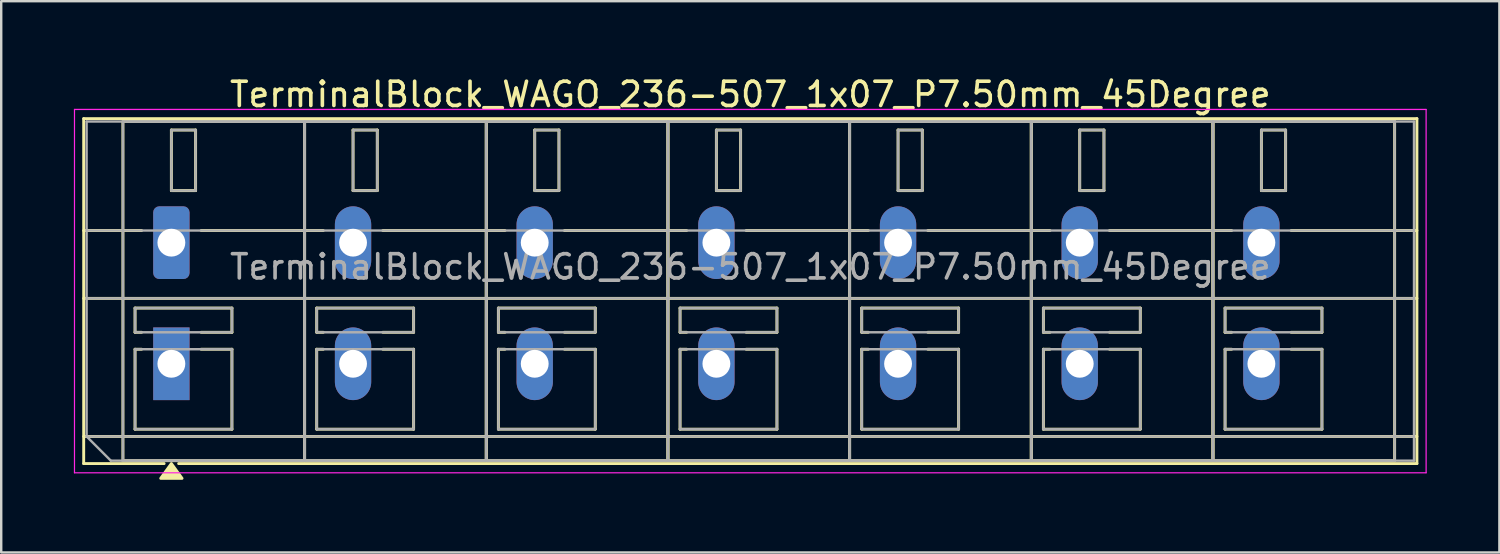
<source format=kicad_pcb>
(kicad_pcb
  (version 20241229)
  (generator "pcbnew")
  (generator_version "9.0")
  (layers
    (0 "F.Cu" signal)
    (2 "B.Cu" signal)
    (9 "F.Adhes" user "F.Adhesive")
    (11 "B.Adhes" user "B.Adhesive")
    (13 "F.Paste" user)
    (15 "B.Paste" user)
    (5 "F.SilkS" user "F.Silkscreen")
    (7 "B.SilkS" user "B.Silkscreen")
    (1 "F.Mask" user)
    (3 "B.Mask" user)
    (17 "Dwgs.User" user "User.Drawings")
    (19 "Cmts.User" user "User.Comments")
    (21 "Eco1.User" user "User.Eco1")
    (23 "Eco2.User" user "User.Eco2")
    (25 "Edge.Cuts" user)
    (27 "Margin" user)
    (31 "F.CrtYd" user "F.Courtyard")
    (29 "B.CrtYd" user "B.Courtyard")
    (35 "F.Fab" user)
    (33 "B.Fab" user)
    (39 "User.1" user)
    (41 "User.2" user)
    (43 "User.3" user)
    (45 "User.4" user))
  (footprint "TerminalBlock_WAGO_236-507_1x07_P7.50mm_45Degree"
    (layer "F.Cu")
    (at 4.025 6.968)
    (property "Reference" "TerminalBlock_WAGO_236-507_1x07_P7.50mm_45Degree" (at 23.9 -6.12 0) (layer "F.SilkS") (effects (font (size 1 1) (thickness 0.15))))
    (attr through_hole)
    (fp_line (start -3.62 -5.12) (end 51.42 -5.12) (stroke (width 0.12) (type solid)) (layer "F.SilkS"))
    (fp_line (start -3.62 -0.5) (end -1.23 -0.5) (stroke (width 0.12) (type solid)) (layer "F.SilkS"))
    (fp_line (start -3.62 2.3) (end 51.42 2.3) (stroke (width 0.12) (type solid)) (layer "F.SilkS"))
    (fp_line (start -3.62 8) (end 51.42 8) (stroke (width 0.12) (type solid)) (layer "F.SilkS"))
    (fp_line (start -3.62 9.12) (end -3.62 -5.12) (stroke (width 0.12) (type solid)) (layer "F.SilkS"))
    (fp_line (start -2 -5) (end 5.5 -5) (stroke (width 0.12) (type solid)) (layer "F.SilkS"))
    (fp_line (start -2 9) (end -2 -5) (stroke (width 0.12) (type solid)) (layer "F.SilkS"))
    (fp_line (start -1.5 2.7) (end 2.5 2.7) (stroke (width 0.12) (type solid)) (layer "F.SilkS"))
    (fp_line (start -1.5 3.7) (end -1.5 2.7) (stroke (width 0.12) (type solid)) (layer "F.SilkS"))
    (fp_line (start -1.5 4.4) (end -1.23 4.4) (stroke (width 0.12) (type solid)) (layer "F.SilkS"))
    (fp_line (start -1.5 7.7) (end -1.5 4.4) (stroke (width 0.12) (type solid)) (layer "F.SilkS"))
    (fp_line (start -1.23 3.7) (end -1.5 3.7) (stroke (width 0.12) (type solid)) (layer "F.SilkS"))
    (fp_line (start -0.3 9.12) (end -3.62 9.12) (stroke (width 0.12) (type solid)) (layer "F.SilkS"))
    (fp_line (start 0 -4.65) (end 1 -4.65) (stroke (width 0.12) (type solid)) (layer "F.SilkS"))
    (fp_line (start 0 -2.15) (end 0 -4.65) (stroke (width 0.12) (type solid)) (layer "F.SilkS"))
    (fp_line (start 1 -4.65) (end 1 -2.15) (stroke (width 0.12) (type solid)) (layer "F.SilkS"))
    (fp_line (start 1 -2.15) (end 0 -2.15) (stroke (width 0.12) (type solid)) (layer "F.SilkS"))
    (fp_line (start 1.23 -0.5) (end 6.27 -0.5) (stroke (width 0.12) (type solid)) (layer "F.SilkS"))
    (fp_line (start 1.23 4.4) (end 2.5 4.4) (stroke (width 0.12) (type solid)) (layer "F.SilkS"))
    (fp_line (start 2.5 2.7) (end 2.5 3.7) (stroke (width 0.12) (type solid)) (layer "F.SilkS"))
    (fp_line (start 2.5 3.7) (end 1.23 3.7) (stroke (width 0.12) (type solid)) (layer "F.SilkS"))
    (fp_line (start 2.5 4.4) (end 2.5 7.7) (stroke (width 0.12) (type solid)) (layer "F.SilkS"))
    (fp_line (start 2.5 7.7) (end -1.5 7.7) (stroke (width 0.12) (type solid)) (layer "F.SilkS"))
    (fp_line (start 5.5 -5) (end 5.5 9) (stroke (width 0.12) (type solid)) (layer "F.SilkS"))
    (fp_line (start 5.5 -5) (end 13 -5) (stroke (width 0.12) (type solid)) (layer "F.SilkS"))
    (fp_line (start 5.5 9) (end -2 9) (stroke (width 0.12) (type solid)) (layer "F.SilkS"))
    (fp_line (start 5.5 9) (end 5.5 -5) (stroke (width 0.12) (type solid)) (layer "F.SilkS"))
    (fp_line (start 6 2.7) (end 10 2.7) (stroke (width 0.12) (type solid)) (layer "F.SilkS"))
    (fp_line (start 6 3.7) (end 6 2.7) (stroke (width 0.12) (type solid)) (layer "F.SilkS"))
    (fp_line (start 6 4.4) (end 6.27 4.4) (stroke (width 0.12) (type solid)) (layer "F.SilkS"))
    (fp_line (start 6 7.7) (end 6 4.4) (stroke (width 0.12) (type solid)) (layer "F.SilkS"))
    (fp_line (start 6.27 3.7) (end 6 3.7) (stroke (width 0.12) (type solid)) (layer "F.SilkS"))
    (fp_line (start 7.5 -4.65) (end 8.5 -4.65) (stroke (width 0.12) (type solid)) (layer "F.SilkS"))
    (fp_line (start 7.5 -2.15) (end 7.5 -4.65) (stroke (width 0.12) (type solid)) (layer "F.SilkS"))
    (fp_line (start 8.5 -4.65) (end 8.5 -2.15) (stroke (width 0.12) (type solid)) (layer "F.SilkS"))
    (fp_line (start 8.5 -2.15) (end 7.5 -2.15) (stroke (width 0.12) (type solid)) (layer "F.SilkS"))
    (fp_line (start 8.73 -0.5) (end 13.77 -0.5) (stroke (width 0.12) (type solid)) (layer "F.SilkS"))
    (fp_line (start 8.73 4.4) (end 10 4.4) (stroke (width 0.12) (type solid)) (layer "F.SilkS"))
    (fp_line (start 10 2.7) (end 10 3.7) (stroke (width 0.12) (type solid)) (layer "F.SilkS"))
    (fp_line (start 10 3.7) (end 8.73 3.7) (stroke (width 0.12) (type solid)) (layer "F.SilkS"))
    (fp_line (start 10 4.4) (end 10 7.7) (stroke (width 0.12) (type solid)) (layer "F.SilkS"))
    (fp_line (start 10 7.7) (end 6 7.7) (stroke (width 0.12) (type solid)) (layer "F.SilkS"))
    (fp_line (start 13 -5) (end 13 9) (stroke (width 0.12) (type solid)) (layer "F.SilkS"))
    (fp_line (start 13 -5) (end 20.5 -5) (stroke (width 0.12) (type solid)) (layer "F.SilkS"))
    (fp_line (start 13 9) (end 5.5 9) (stroke (width 0.12) (type solid)) (layer "F.SilkS"))
    (fp_line (start 13 9) (end 13 -5) (stroke (width 0.12) (type solid)) (layer "F.SilkS"))
    (fp_line (start 13.5 2.7) (end 17.5 2.7) (stroke (width 0.12) (type solid)) (layer "F.SilkS"))
    (fp_line (start 13.5 3.7) (end 13.5 2.7) (stroke (width 0.12) (type solid)) (layer "F.SilkS"))
    (fp_line (start 13.5 4.4) (end 13.77 4.4) (stroke (width 0.12) (type solid)) (layer "F.SilkS"))
    (fp_line (start 13.5 7.7) (end 13.5 4.4) (stroke (width 0.12) (type solid)) (layer "F.SilkS"))
    (fp_line (start 13.77 3.7) (end 13.5 3.7) (stroke (width 0.12) (type solid)) (layer "F.SilkS"))
    (fp_line (start 15 -4.65) (end 16 -4.65) (stroke (width 0.12) (type solid)) (layer "F.SilkS"))
    (fp_line (start 15 -2.15) (end 15 -4.65) (stroke (width 0.12) (type solid)) (layer "F.SilkS"))
    (fp_line (start 16 -4.65) (end 16 -2.15) (stroke (width 0.12) (type solid)) (layer "F.SilkS"))
    (fp_line (start 16 -2.15) (end 15 -2.15) (stroke (width 0.12) (type solid)) (layer "F.SilkS"))
    (fp_line (start 16.23 -0.5) (end 21.27 -0.5) (stroke (width 0.12) (type solid)) (layer "F.SilkS"))
    (fp_line (start 16.23 4.4) (end 17.5 4.4) (stroke (width 0.12) (type solid)) (layer "F.SilkS"))
    (fp_line (start 17.5 2.7) (end 17.5 3.7) (stroke (width 0.12) (type solid)) (layer "F.SilkS"))
    (fp_line (start 17.5 3.7) (end 16.23 3.7) (stroke (width 0.12) (type solid)) (layer "F.SilkS"))
    (fp_line (start 17.5 4.4) (end 17.5 7.7) (stroke (width 0.12) (type solid)) (layer "F.SilkS"))
    (fp_line (start 17.5 7.7) (end 13.5 7.7) (stroke (width 0.12) (type solid)) (layer "F.SilkS"))
    (fp_line (start 20.5 -5) (end 20.5 9) (stroke (width 0.12) (type solid)) (layer "F.SilkS"))
    (fp_line (start 20.5 -5) (end 28 -5) (stroke (width 0.12) (type solid)) (layer "F.SilkS"))
    (fp_line (start 20.5 9) (end 13 9) (stroke (width 0.12) (type solid)) (layer "F.SilkS"))
    (fp_line (start 20.5 9) (end 20.5 -5) (stroke (width 0.12) (type solid)) (layer "F.SilkS"))
    (fp_line (start 21 2.7) (end 25 2.7) (stroke (width 0.12) (type solid)) (layer "F.SilkS"))
    (fp_line (start 21 3.7) (end 21 2.7) (stroke (width 0.12) (type solid)) (layer "F.SilkS"))
    (fp_line (start 21 4.4) (end 21.27 4.4) (stroke (width 0.12) (type solid)) (layer "F.SilkS"))
    (fp_line (start 21 7.7) (end 21 4.4) (stroke (width 0.12) (type solid)) (layer "F.SilkS"))
    (fp_line (start 21.27 3.7) (end 21 3.7) (stroke (width 0.12) (type solid)) (layer "F.SilkS"))
    (fp_line (start 22.5 -4.65) (end 23.5 -4.65) (stroke (width 0.12) (type solid)) (layer "F.SilkS"))
    (fp_line (start 22.5 -2.15) (end 22.5 -4.65) (stroke (width 0.12) (type solid)) (layer "F.SilkS"))
    (fp_line (start 23.5 -4.65) (end 23.5 -2.15) (stroke (width 0.12) (type solid)) (layer "F.SilkS"))
    (fp_line (start 23.5 -2.15) (end 22.5 -2.15) (stroke (width 0.12) (type solid)) (layer "F.SilkS"))
    (fp_line (start 23.73 -0.5) (end 28.77 -0.5) (stroke (width 0.12) (type solid)) (layer "F.SilkS"))
    (fp_line (start 23.73 4.4) (end 25 4.4) (stroke (width 0.12) (type solid)) (layer "F.SilkS"))
    (fp_line (start 25 2.7) (end 25 3.7) (stroke (width 0.12) (type solid)) (layer "F.SilkS"))
    (fp_line (start 25 3.7) (end 23.73 3.7) (stroke (width 0.12) (type solid)) (layer "F.SilkS"))
    (fp_line (start 25 4.4) (end 25 7.7) (stroke (width 0.12) (type solid)) (layer "F.SilkS"))
    (fp_line (start 25 7.7) (end 21 7.7) (stroke (width 0.12) (type solid)) (layer "F.SilkS"))
    (fp_line (start 28 -5) (end 28 9) (stroke (width 0.12) (type solid)) (layer "F.SilkS"))
    (fp_line (start 28 -5) (end 35.5 -5) (stroke (width 0.12) (type solid)) (layer "F.SilkS"))
    (fp_line (start 28 9) (end 20.5 9) (stroke (width 0.12) (type solid)) (layer "F.SilkS"))
    (fp_line (start 28 9) (end 28 -5) (stroke (width 0.12) (type solid)) (layer "F.SilkS"))
    (fp_line (start 28.5 2.7) (end 32.5 2.7) (stroke (width 0.12) (type solid)) (layer "F.SilkS"))
    (fp_line (start 28.5 3.7) (end 28.5 2.7) (stroke (width 0.12) (type solid)) (layer "F.SilkS"))
    (fp_line (start 28.5 4.4) (end 28.77 4.4) (stroke (width 0.12) (type solid)) (layer "F.SilkS"))
    (fp_line (start 28.5 7.7) (end 28.5 4.4) (stroke (width 0.12) (type solid)) (layer "F.SilkS"))
    (fp_line (start 28.77 3.7) (end 28.5 3.7) (stroke (width 0.12) (type solid)) (layer "F.SilkS"))
    (fp_line (start 30 -4.65) (end 31 -4.65) (stroke (width 0.12) (type solid)) (layer "F.SilkS"))
    (fp_line (start 30 -2.15) (end 30 -4.65) (stroke (width 0.12) (type solid)) (layer "F.SilkS"))
    (fp_line (start 31 -4.65) (end 31 -2.15) (stroke (width 0.12) (type solid)) (layer "F.SilkS"))
    (fp_line (start 31 -2.15) (end 30 -2.15) (stroke (width 0.12) (type solid)) (layer "F.SilkS"))
    (fp_line (start 31.23 -0.5) (end 36.27 -0.5) (stroke (width 0.12) (type solid)) (layer "F.SilkS"))
    (fp_line (start 31.23 4.4) (end 32.5 4.4) (stroke (width 0.12) (type solid)) (layer "F.SilkS"))
    (fp_line (start 32.5 2.7) (end 32.5 3.7) (stroke (width 0.12) (type solid)) (layer "F.SilkS"))
    (fp_line (start 32.5 3.7) (end 31.23 3.7) (stroke (width 0.12) (type solid)) (layer "F.SilkS"))
    (fp_line (start 32.5 4.4) (end 32.5 7.7) (stroke (width 0.12) (type solid)) (layer "F.SilkS"))
    (fp_line (start 32.5 7.7) (end 28.5 7.7) (stroke (width 0.12) (type solid)) (layer "F.SilkS"))
    (fp_line (start 35.5 -5) (end 35.5 9) (stroke (width 0.12) (type solid)) (layer "F.SilkS"))
    (fp_line (start 35.5 -5) (end 43 -5) (stroke (width 0.12) (type solid)) (layer "F.SilkS"))
    (fp_line (start 35.5 9) (end 28 9) (stroke (width 0.12) (type solid)) (layer "F.SilkS"))
    (fp_line (start 35.5 9) (end 35.5 -5) (stroke (width 0.12) (type solid)) (layer "F.SilkS"))
    (fp_line (start 36 2.7) (end 40 2.7) (stroke (width 0.12) (type solid)) (layer "F.SilkS"))
    (fp_line (start 36 3.7) (end 36 2.7) (stroke (width 0.12) (type solid)) (layer "F.SilkS"))
    (fp_line (start 36 4.4) (end 36.27 4.4) (stroke (width 0.12) (type solid)) (layer "F.SilkS"))
    (fp_line (start 36 7.7) (end 36 4.4) (stroke (width 0.12) (type solid)) (layer "F.SilkS"))
    (fp_line (start 36.27 3.7) (end 36 3.7) (stroke (width 0.12) (type solid)) (layer "F.SilkS"))
    (fp_line (start 37.5 -4.65) (end 38.5 -4.65) (stroke (width 0.12) (type solid)) (layer "F.SilkS"))
    (fp_line (start 37.5 -2.15) (end 37.5 -4.65) (stroke (width 0.12) (type solid)) (layer "F.SilkS"))
    (fp_line (start 38.5 -4.65) (end 38.5 -2.15) (stroke (width 0.12) (type solid)) (layer "F.SilkS"))
    (fp_line (start 38.5 -2.15) (end 37.5 -2.15) (stroke (width 0.12) (type solid)) (layer "F.SilkS"))
    (fp_line (start 38.73 -0.5) (end 43.77 -0.5) (stroke (width 0.12) (type solid)) (layer "F.SilkS"))
    (fp_line (start 38.73 4.4) (end 40 4.4) (stroke (width 0.12) (type solid)) (layer "F.SilkS"))
    (fp_line (start 40 2.7) (end 40 3.7) (stroke (width 0.12) (type solid)) (layer "F.SilkS"))
    (fp_line (start 40 3.7) (end 38.73 3.7) (stroke (width 0.12) (type solid)) (layer "F.SilkS"))
    (fp_line (start 40 4.4) (end 40 7.7) (stroke (width 0.12) (type solid)) (layer "F.SilkS"))
    (fp_line (start 40 7.7) (end 36 7.7) (stroke (width 0.12) (type solid)) (layer "F.SilkS"))
    (fp_line (start 43 -5) (end 43 9) (stroke (width 0.12) (type solid)) (layer "F.SilkS"))
    (fp_line (start 43 -5) (end 50.5 -5) (stroke (width 0.12) (type solid)) (layer "F.SilkS"))
    (fp_line (start 43 9) (end 35.5 9) (stroke (width 0.12) (type solid)) (layer "F.SilkS"))
    (fp_line (start 43 9) (end 43 -5) (stroke (width 0.12) (type solid)) (layer "F.SilkS"))
    (fp_line (start 43.5 2.7) (end 47.5 2.7) (stroke (width 0.12) (type solid)) (layer "F.SilkS"))
    (fp_line (start 43.5 3.7) (end 43.5 2.7) (stroke (width 0.12) (type solid)) (layer "F.SilkS"))
    (fp_line (start 43.5 4.4) (end 43.77 4.4) (stroke (width 0.12) (type solid)) (layer "F.SilkS"))
    (fp_line (start 43.5 7.7) (end 43.5 4.4) (stroke (width 0.12) (type solid)) (layer "F.SilkS"))
    (fp_line (start 43.77 3.7) (end 43.5 3.7) (stroke (width 0.12) (type solid)) (layer "F.SilkS"))
    (fp_line (start 45 -4.65) (end 46 -4.65) (stroke (width 0.12) (type solid)) (layer "F.SilkS"))
    (fp_line (start 45 -2.15) (end 45 -4.65) (stroke (width 0.12) (type solid)) (layer "F.SilkS"))
    (fp_line (start 46 -4.65) (end 46 -2.15) (stroke (width 0.12) (type solid)) (layer "F.SilkS"))
    (fp_line (start 46 -2.15) (end 45 -2.15) (stroke (width 0.12) (type solid)) (layer "F.SilkS"))
    (fp_line (start 46.23 -0.5) (end 51.42 -0.5) (stroke (width 0.12) (type solid)) (layer "F.SilkS"))
    (fp_line (start 46.23 4.4) (end 47.5 4.4) (stroke (width 0.12) (type solid)) (layer "F.SilkS"))
    (fp_line (start 47.5 2.7) (end 47.5 3.7) (stroke (width 0.12) (type solid)) (layer "F.SilkS"))
    (fp_line (start 47.5 3.7) (end 46.23 3.7) (stroke (width 0.12) (type solid)) (layer "F.SilkS"))
    (fp_line (start 47.5 4.4) (end 47.5 7.7) (stroke (width 0.12) (type solid)) (layer "F.SilkS"))
    (fp_line (start 47.5 7.7) (end 43.5 7.7) (stroke (width 0.12) (type solid)) (layer "F.SilkS"))
    (fp_line (start 50.5 -5) (end 50.5 9) (stroke (width 0.12) (type solid)) (layer "F.SilkS"))
    (fp_line (start 50.5 9) (end 43 9) (stroke (width 0.12) (type solid)) (layer "F.SilkS"))
    (fp_line (start 51.42 -5.12) (end 51.42 9.12) (stroke (width 0.12) (type solid)) (layer "F.SilkS"))
    (fp_line (start 51.42 9.12) (end 0.3 9.12) (stroke (width 0.12) (type solid)) (layer "F.SilkS"))
    (fp_poly (pts (xy 0 9.12) (xy 0.44 9.73) (xy -0.44 9.73)) (stroke (width 0.12) (type solid)) (fill yes) (layer "F.SilkS"))
    (fp_line (start -4 -5.5) (end -4 9.5) (stroke (width 0.05) (type solid)) (layer "F.CrtYd"))
    (fp_line (start -4 9.5) (end 51.8 9.5) (stroke (width 0.05) (type solid)) (layer "F.CrtYd"))
    (fp_line (start 51.8 -5.5) (end -4 -5.5) (stroke (width 0.05) (type solid)) (layer "F.CrtYd"))
    (fp_line (start 51.8 9.5) (end 51.8 -5.5) (stroke (width 0.05) (type solid)) (layer "F.CrtYd"))
    (fp_line (start -3.5 -5) (end 51.3 -5) (stroke (width 0.1) (type solid)) (layer "F.Fab"))
    (fp_line (start -3.5 -0.5) (end 51.3 -0.5) (stroke (width 0.1) (type solid)) (layer "F.Fab"))
    (fp_line (start -3.5 2.3) (end 51.3 2.3) (stroke (width 0.1) (type solid)) (layer "F.Fab"))
    (fp_line (start -3.5 8) (end -3.5 -5) (stroke (width 0.1) (type solid)) (layer "F.Fab"))
    (fp_line (start -3.5 8) (end 51.3 8) (stroke (width 0.1) (type solid)) (layer "F.Fab"))
    (fp_line (start -2.5 9) (end -3.5 8) (stroke (width 0.1) (type solid)) (layer "F.Fab"))
    (fp_line (start -2 -5) (end -2 9) (stroke (width 0.1) (type solid)) (layer "F.Fab"))
    (fp_line (start -2 9) (end 5.5 9) (stroke (width 0.1) (type solid)) (layer "F.Fab"))
    (fp_line (start -1.5 2.7) (end -1.5 3.7) (stroke (width 0.1) (type solid)) (layer "F.Fab"))
    (fp_line (start -1.5 3.7) (end 2.5 3.7) (stroke (width 0.1) (type solid)) (layer "F.Fab"))
    (fp_line (start -1.5 4.4) (end -1.5 7.7) (stroke (width 0.1) (type solid)) (layer "F.Fab"))
    (fp_line (start -1.5 7.7) (end 2.5 7.7) (stroke (width 0.1) (type solid)) (layer "F.Fab"))
    (fp_line (start 0 -4.65) (end 0 -2.15) (stroke (width 0.1) (type solid)) (layer "F.Fab"))
    (fp_line (start 0 -2.15) (end 1 -2.15) (stroke (width 0.1) (type solid)) (layer "F.Fab"))
    (fp_line (start 1 -4.65) (end 0 -4.65) (stroke (width 0.1) (type solid)) (layer "F.Fab"))
    (fp_line (start 1 -2.15) (end 1 -4.65) (stroke (width 0.1) (type solid)) (layer "F.Fab"))
    (fp_line (start 2.5 2.7) (end -1.5 2.7) (stroke (width 0.1) (type solid)) (layer "F.Fab"))
    (fp_line (start 2.5 3.7) (end 2.5 2.7) (stroke (width 0.1) (type solid)) (layer "F.Fab"))
    (fp_line (start 2.5 4.4) (end -1.5 4.4) (stroke (width 0.1) (type solid)) (layer "F.Fab"))
    (fp_line (start 2.5 7.7) (end 2.5 4.4) (stroke (width 0.1) (type solid)) (layer "F.Fab"))
    (fp_line (start 5.5 -5) (end -2 -5) (stroke (width 0.1) (type solid)) (layer "F.Fab"))
    (fp_line (start 5.5 -5) (end 5.5 9) (stroke (width 0.1) (type solid)) (layer "F.Fab"))
    (fp_line (start 5.5 9) (end 5.5 -5) (stroke (width 0.1) (type solid)) (layer "F.Fab"))
    (fp_line (start 5.5 9) (end 13 9) (stroke (width 0.1) (type solid)) (layer "F.Fab"))
    (fp_line (start 6 2.7) (end 6 3.7) (stroke (width 0.1) (type solid)) (layer "F.Fab"))
    (fp_line (start 6 3.7) (end 10 3.7) (stroke (width 0.1) (type solid)) (layer "F.Fab"))
    (fp_line (start 6 4.4) (end 6 7.7) (stroke (width 0.1) (type solid)) (layer "F.Fab"))
    (fp_line (start 6 7.7) (end 10 7.7) (stroke (width 0.1) (type solid)) (layer "F.Fab"))
    (fp_line (start 7.5 -4.65) (end 7.5 -2.15) (stroke (width 0.1) (type solid)) (layer "F.Fab"))
    (fp_line (start 7.5 -2.15) (end 8.5 -2.15) (stroke (width 0.1) (type solid)) (layer "F.Fab"))
    (fp_line (start 8.5 -4.65) (end 7.5 -4.65) (stroke (width 0.1) (type solid)) (layer "F.Fab"))
    (fp_line (start 8.5 -2.15) (end 8.5 -4.65) (stroke (width 0.1) (type solid)) (layer "F.Fab"))
    (fp_line (start 10 2.7) (end 6 2.7) (stroke (width 0.1) (type solid)) (layer "F.Fab"))
    (fp_line (start 10 3.7) (end 10 2.7) (stroke (width 0.1) (type solid)) (layer "F.Fab"))
    (fp_line (start 10 4.4) (end 6 4.4) (stroke (width 0.1) (type solid)) (layer "F.Fab"))
    (fp_line (start 10 7.7) (end 10 4.4) (stroke (width 0.1) (type solid)) (layer "F.Fab"))
    (fp_line (start 13 -5) (end 5.5 -5) (stroke (width 0.1) (type solid)) (layer "F.Fab"))
    (fp_line (start 13 -5) (end 13 9) (stroke (width 0.1) (type solid)) (layer "F.Fab"))
    (fp_line (start 13 9) (end 13 -5) (stroke (width 0.1) (type solid)) (layer "F.Fab"))
    (fp_line (start 13 9) (end 20.5 9) (stroke (width 0.1) (type solid)) (layer "F.Fab"))
    (fp_line (start 13.5 2.7) (end 13.5 3.7) (stroke (width 0.1) (type solid)) (layer "F.Fab"))
    (fp_line (start 13.5 3.7) (end 17.5 3.7) (stroke (width 0.1) (type solid)) (layer "F.Fab"))
    (fp_line (start 13.5 4.4) (end 13.5 7.7) (stroke (width 0.1) (type solid)) (layer "F.Fab"))
    (fp_line (start 13.5 7.7) (end 17.5 7.7) (stroke (width 0.1) (type solid)) (layer "F.Fab"))
    (fp_line (start 15 -4.65) (end 15 -2.15) (stroke (width 0.1) (type solid)) (layer "F.Fab"))
    (fp_line (start 15 -2.15) (end 16 -2.15) (stroke (width 0.1) (type solid)) (layer "F.Fab"))
    (fp_line (start 16 -4.65) (end 15 -4.65) (stroke (width 0.1) (type solid)) (layer "F.Fab"))
    (fp_line (start 16 -2.15) (end 16 -4.65) (stroke (width 0.1) (type solid)) (layer "F.Fab"))
    (fp_line (start 17.5 2.7) (end 13.5 2.7) (stroke (width 0.1) (type solid)) (layer "F.Fab"))
    (fp_line (start 17.5 3.7) (end 17.5 2.7) (stroke (width 0.1) (type solid)) (layer "F.Fab"))
    (fp_line (start 17.5 4.4) (end 13.5 4.4) (stroke (width 0.1) (type solid)) (layer "F.Fab"))
    (fp_line (start 17.5 7.7) (end 17.5 4.4) (stroke (width 0.1) (type solid)) (layer "F.Fab"))
    (fp_line (start 20.5 -5) (end 13 -5) (stroke (width 0.1) (type solid)) (layer "F.Fab"))
    (fp_line (start 20.5 -5) (end 20.5 9) (stroke (width 0.1) (type solid)) (layer "F.Fab"))
    (fp_line (start 20.5 9) (end 20.5 -5) (stroke (width 0.1) (type solid)) (layer "F.Fab"))
    (fp_line (start 20.5 9) (end 28 9) (stroke (width 0.1) (type solid)) (layer "F.Fab"))
    (fp_line (start 21 2.7) (end 21 3.7) (stroke (width 0.1) (type solid)) (layer "F.Fab"))
    (fp_line (start 21 3.7) (end 25 3.7) (stroke (width 0.1) (type solid)) (layer "F.Fab"))
    (fp_line (start 21 4.4) (end 21 7.7) (stroke (width 0.1) (type solid)) (layer "F.Fab"))
    (fp_line (start 21 7.7) (end 25 7.7) (stroke (width 0.1) (type solid)) (layer "F.Fab"))
    (fp_line (start 22.5 -4.65) (end 22.5 -2.15) (stroke (width 0.1) (type solid)) (layer "F.Fab"))
    (fp_line (start 22.5 -2.15) (end 23.5 -2.15) (stroke (width 0.1) (type solid)) (layer "F.Fab"))
    (fp_line (start 23.5 -4.65) (end 22.5 -4.65) (stroke (width 0.1) (type solid)) (layer "F.Fab"))
    (fp_line (start 23.5 -2.15) (end 23.5 -4.65) (stroke (width 0.1) (type solid)) (layer "F.Fab"))
    (fp_line (start 25 2.7) (end 21 2.7) (stroke (width 0.1) (type solid)) (layer "F.Fab"))
    (fp_line (start 25 3.7) (end 25 2.7) (stroke (width 0.1) (type solid)) (layer "F.Fab"))
    (fp_line (start 25 4.4) (end 21 4.4) (stroke (width 0.1) (type solid)) (layer "F.Fab"))
    (fp_line (start 25 7.7) (end 25 4.4) (stroke (width 0.1) (type solid)) (layer "F.Fab"))
    (fp_line (start 28 -5) (end 20.5 -5) (stroke (width 0.1) (type solid)) (layer "F.Fab"))
    (fp_line (start 28 -5) (end 28 9) (stroke (width 0.1) (type solid)) (layer "F.Fab"))
    (fp_line (start 28 9) (end 28 -5) (stroke (width 0.1) (type solid)) (layer "F.Fab"))
    (fp_line (start 28 9) (end 35.5 9) (stroke (width 0.1) (type solid)) (layer "F.Fab"))
    (fp_line (start 28.5 2.7) (end 28.5 3.7) (stroke (width 0.1) (type solid)) (layer "F.Fab"))
    (fp_line (start 28.5 3.7) (end 32.5 3.7) (stroke (width 0.1) (type solid)) (layer "F.Fab"))
    (fp_line (start 28.5 4.4) (end 28.5 7.7) (stroke (width 0.1) (type solid)) (layer "F.Fab"))
    (fp_line (start 28.5 7.7) (end 32.5 7.7) (stroke (width 0.1) (type solid)) (layer "F.Fab"))
    (fp_line (start 30 -4.65) (end 30 -2.15) (stroke (width 0.1) (type solid)) (layer "F.Fab"))
    (fp_line (start 30 -2.15) (end 31 -2.15) (stroke (width 0.1) (type solid)) (layer "F.Fab"))
    (fp_line (start 31 -4.65) (end 30 -4.65) (stroke (width 0.1) (type solid)) (layer "F.Fab"))
    (fp_line (start 31 -2.15) (end 31 -4.65) (stroke (width 0.1) (type solid)) (layer "F.Fab"))
    (fp_line (start 32.5 2.7) (end 28.5 2.7) (stroke (width 0.1) (type solid)) (layer "F.Fab"))
    (fp_line (start 32.5 3.7) (end 32.5 2.7) (stroke (width 0.1) (type solid)) (layer "F.Fab"))
    (fp_line (start 32.5 4.4) (end 28.5 4.4) (stroke (width 0.1) (type solid)) (layer "F.Fab"))
    (fp_line (start 32.5 7.7) (end 32.5 4.4) (stroke (width 0.1) (type solid)) (layer "F.Fab"))
    (fp_line (start 35.5 -5) (end 28 -5) (stroke (width 0.1) (type solid)) (layer "F.Fab"))
    (fp_line (start 35.5 -5) (end 35.5 9) (stroke (width 0.1) (type solid)) (layer "F.Fab"))
    (fp_line (start 35.5 9) (end 35.5 -5) (stroke (width 0.1) (type solid)) (layer "F.Fab"))
    (fp_line (start 35.5 9) (end 43 9) (stroke (width 0.1) (type solid)) (layer "F.Fab"))
    (fp_line (start 36 2.7) (end 36 3.7) (stroke (width 0.1) (type solid)) (layer "F.Fab"))
    (fp_line (start 36 3.7) (end 40 3.7) (stroke (width 0.1) (type solid)) (layer "F.Fab"))
    (fp_line (start 36 4.4) (end 36 7.7) (stroke (width 0.1) (type solid)) (layer "F.Fab"))
    (fp_line (start 36 7.7) (end 40 7.7) (stroke (width 0.1) (type solid)) (layer "F.Fab"))
    (fp_line (start 37.5 -4.65) (end 37.5 -2.15) (stroke (width 0.1) (type solid)) (layer "F.Fab"))
    (fp_line (start 37.5 -2.15) (end 38.5 -2.15) (stroke (width 0.1) (type solid)) (layer "F.Fab"))
    (fp_line (start 38.5 -4.65) (end 37.5 -4.65) (stroke (width 0.1) (type solid)) (layer "F.Fab"))
    (fp_line (start 38.5 -2.15) (end 38.5 -4.65) (stroke (width 0.1) (type solid)) (layer "F.Fab"))
    (fp_line (start 40 2.7) (end 36 2.7) (stroke (width 0.1) (type solid)) (layer "F.Fab"))
    (fp_line (start 40 3.7) (end 40 2.7) (stroke (width 0.1) (type solid)) (layer "F.Fab"))
    (fp_line (start 40 4.4) (end 36 4.4) (stroke (width 0.1) (type solid)) (layer "F.Fab"))
    (fp_line (start 40 7.7) (end 40 4.4) (stroke (width 0.1) (type solid)) (layer "F.Fab"))
    (fp_line (start 43 -5) (end 35.5 -5) (stroke (width 0.1) (type solid)) (layer "F.Fab"))
    (fp_line (start 43 -5) (end 43 9) (stroke (width 0.1) (type solid)) (layer "F.Fab"))
    (fp_line (start 43 9) (end 43 -5) (stroke (width 0.1) (type solid)) (layer "F.Fab"))
    (fp_line (start 43 9) (end 50.5 9) (stroke (width 0.1) (type solid)) (layer "F.Fab"))
    (fp_line (start 43.5 2.7) (end 43.5 3.7) (stroke (width 0.1) (type solid)) (layer "F.Fab"))
    (fp_line (start 43.5 3.7) (end 47.5 3.7) (stroke (width 0.1) (type solid)) (layer "F.Fab"))
    (fp_line (start 43.5 4.4) (end 43.5 7.7) (stroke (width 0.1) (type solid)) (layer "F.Fab"))
    (fp_line (start 43.5 7.7) (end 47.5 7.7) (stroke (width 0.1) (type solid)) (layer "F.Fab"))
    (fp_line (start 45 -4.65) (end 45 -2.15) (stroke (width 0.1) (type solid)) (layer "F.Fab"))
    (fp_line (start 45 -2.15) (end 46 -2.15) (stroke (width 0.1) (type solid)) (layer "F.Fab"))
    (fp_line (start 46 -4.65) (end 45 -4.65) (stroke (width 0.1) (type solid)) (layer "F.Fab"))
    (fp_line (start 46 -2.15) (end 46 -4.65) (stroke (width 0.1) (type solid)) (layer "F.Fab"))
    (fp_line (start 47.5 2.7) (end 43.5 2.7) (stroke (width 0.1) (type solid)) (layer "F.Fab"))
    (fp_line (start 47.5 3.7) (end 47.5 2.7) (stroke (width 0.1) (type solid)) (layer "F.Fab"))
    (fp_line (start 47.5 4.4) (end 43.5 4.4) (stroke (width 0.1) (type solid)) (layer "F.Fab"))
    (fp_line (start 47.5 7.7) (end 47.5 4.4) (stroke (width 0.1) (type solid)) (layer "F.Fab"))
    (fp_line (start 50.5 -5) (end 43 -5) (stroke (width 0.1) (type solid)) (layer "F.Fab"))
    (fp_line (start 50.5 9) (end 50.5 -5) (stroke (width 0.1) (type solid)) (layer "F.Fab"))
    (fp_line (start 51.3 -5) (end 51.3 9) (stroke (width 0.1) (type solid)) (layer "F.Fab"))
    (fp_line (start 51.3 9) (end -2.5 9) (stroke (width 0.1) (type solid)) (layer "F.Fab"))
    (fp_text user "${REFERENCE}" (at 23.9 1 0) (layer "F.Fab") (effects (font (size 1 1) (thickness 0.15))))
    (pad "1" thru_hole roundrect (at 0 0) (size 1.5 3) (drill 1.15) (layers "*.Cu" "*.Mask") (roundrect_rratio 0.167))
    (pad "1" thru_hole rect (at 0 5) (size 1.5 3) (drill 1.15) (layers "*.Cu" "*.Mask"))
    (pad "2" thru_hole oval (at 7.5 0) (size 1.5 3) (drill 1.15) (layers "*.Cu" "*.Mask"))
    (pad "2" thru_hole oval (at 7.5 5) (size 1.5 3) (drill 1.15) (layers "*.Cu" "*.Mask"))
    (pad "3" thru_hole oval (at 15 0) (size 1.5 3) (drill 1.15) (layers "*.Cu" "*.Mask"))
    (pad "3" thru_hole oval (at 15 5) (size 1.5 3) (drill 1.15) (layers "*.Cu" "*.Mask"))
    (pad "4" thru_hole oval (at 22.5 0) (size 1.5 3) (drill 1.15) (layers "*.Cu" "*.Mask"))
    (pad "4" thru_hole oval (at 22.5 5) (size 1.5 3) (drill 1.15) (layers "*.Cu" "*.Mask"))
    (pad "5" thru_hole oval (at 30 0) (size 1.5 3) (drill 1.15) (layers "*.Cu" "*.Mask"))
    (pad "5" thru_hole oval (at 30 5) (size 1.5 3) (drill 1.15) (layers "*.Cu" "*.Mask"))
    (pad "6" thru_hole oval (at 37.5 0) (size 1.5 3) (drill 1.15) (layers "*.Cu" "*.Mask"))
    (pad "6" thru_hole oval (at 37.5 5) (size 1.5 3) (drill 1.15) (layers "*.Cu" "*.Mask"))
    (pad "7" thru_hole oval (at 45 0) (size 1.5 3) (drill 1.15) (layers "*.Cu" "*.Mask"))
    (pad "7" thru_hole oval (at 45 5) (size 1.5 3) (drill 1.15) (layers "*.Cu" "*.Mask")))
  (gr_rect
    (start -3 -3)
    (end 58.85 19.758)
    (stroke (width 0.1) (type default))
    (fill no)
    (layer "Edge.Cuts")))
</source>
